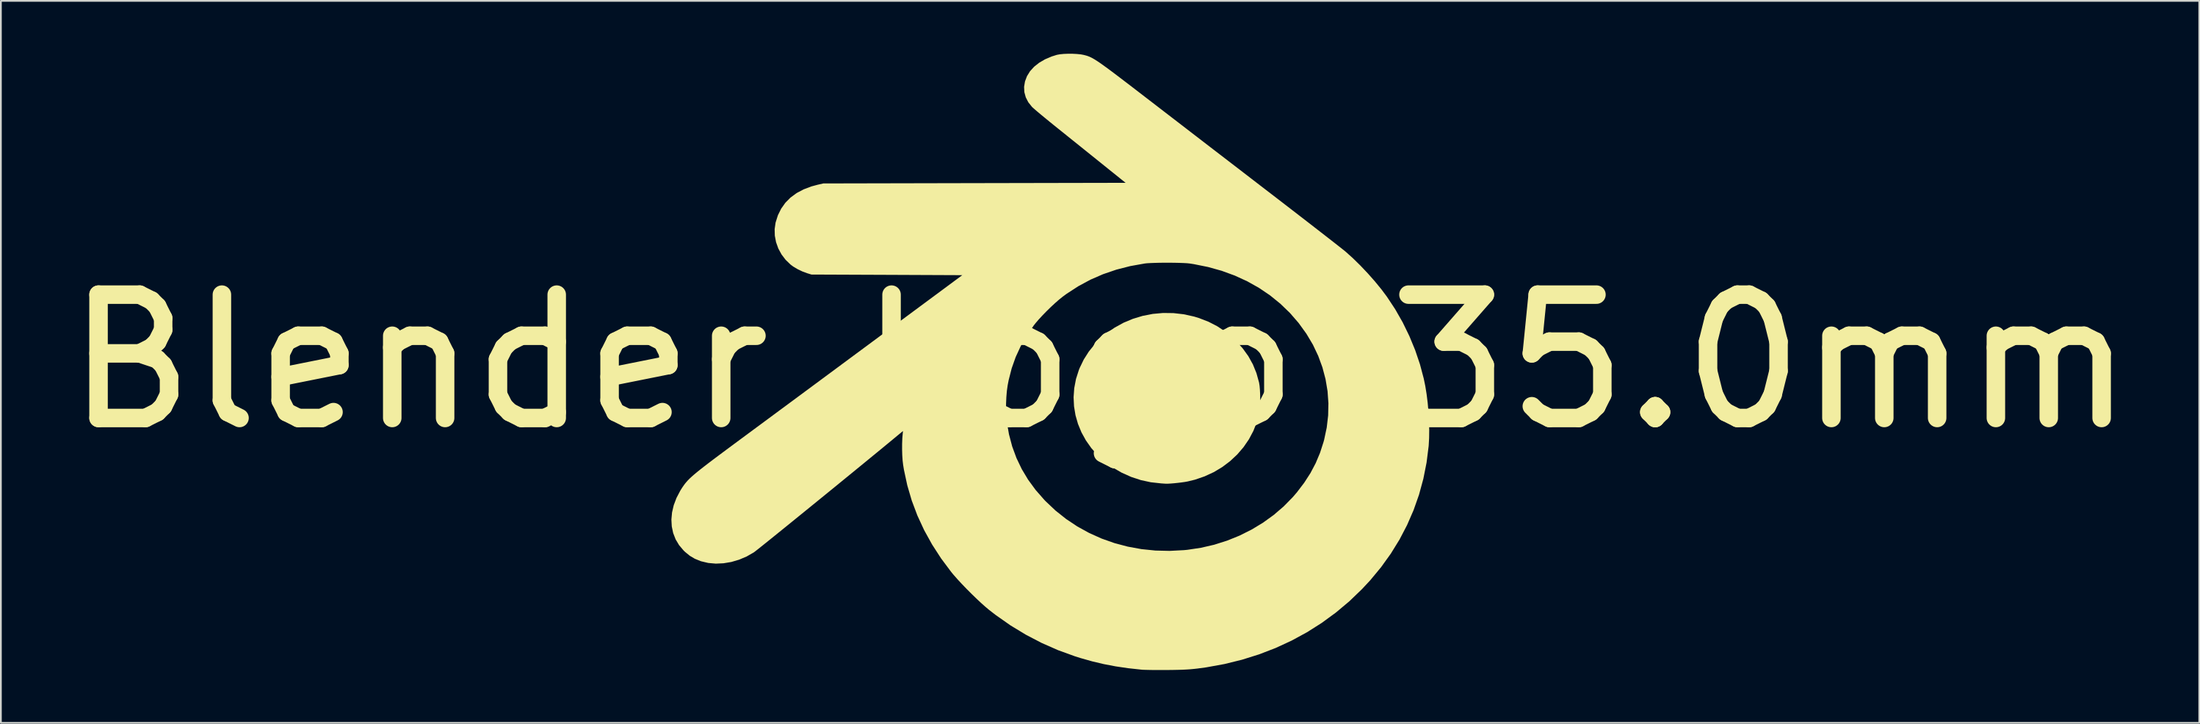
<source format=kicad_pcb>
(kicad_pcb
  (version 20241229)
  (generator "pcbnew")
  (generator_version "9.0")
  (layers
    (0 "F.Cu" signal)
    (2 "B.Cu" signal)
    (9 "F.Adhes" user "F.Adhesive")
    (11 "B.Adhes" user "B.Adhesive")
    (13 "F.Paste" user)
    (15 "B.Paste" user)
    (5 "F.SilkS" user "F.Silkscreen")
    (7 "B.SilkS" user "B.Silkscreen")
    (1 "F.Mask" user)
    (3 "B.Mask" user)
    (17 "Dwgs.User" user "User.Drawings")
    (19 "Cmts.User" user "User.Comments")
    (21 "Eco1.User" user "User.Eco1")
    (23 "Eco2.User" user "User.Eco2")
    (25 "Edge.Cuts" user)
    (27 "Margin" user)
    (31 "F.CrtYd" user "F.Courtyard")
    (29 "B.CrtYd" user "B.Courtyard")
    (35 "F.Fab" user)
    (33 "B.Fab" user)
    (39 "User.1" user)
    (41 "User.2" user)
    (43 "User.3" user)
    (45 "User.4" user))
  (footprint "Blender Logo 35.0mm"
    (layer "F.Cu")
    (at 59.375 17.486)
    (property "Reference" "Blender Logo 35.0mm" (at 0 0 180) (layer "F.SilkS") (effects (font (size 7 7) (thickness 1.05))))
    (attr board_only exclude_from_pos_files exclude_from_bom)
    (fp_poly (pts (xy 4.161 -2.768) (xy 4.75 -2.701) (xy 5.333 -2.572) (xy 5.612 -2.487) (xy 6.153 -2.277) (xy 6.65 -2.021) (xy 7.111 -1.714) (xy 7.546 -1.35) (xy 7.709 -1.193) (xy 8.092 -0.769) (xy 8.412 -0.325) (xy 8.672 0.144) (xy 8.874 0.641) (xy 9.021 1.171) (xy 9.022 1.176) (xy 9.05 1.35) (xy 9.07 1.574) (xy 9.082 1.828) (xy 9.087 2.096) (xy 9.083 2.358) (xy 9.071 2.598) (xy 9.051 2.798) (xy 9.039 2.872) (xy 8.9 3.405) (xy 8.701 3.913) (xy 8.446 4.394) (xy 8.138 4.843) (xy 7.78 5.258) (xy 7.377 5.634) (xy 6.932 5.969) (xy 6.449 6.258) (xy 5.931 6.497) (xy 5.383 6.685) (xy 4.969 6.786) (xy 4.812 6.814) (xy 4.62 6.841) (xy 4.41 6.866) (xy 4.199 6.888) (xy 4.004 6.904) (xy 3.842 6.913) (xy 3.728 6.913) (xy 3.727 6.913) (xy 3.643 6.908) (xy 3.528 6.9) (xy 3.476 6.897) (xy 2.878 6.831) (xy 2.312 6.709) (xy 1.765 6.529) (xy 1.226 6.287) (xy 1.208 6.278) (xy 0.711 5.99) (xy 0.259 5.659) (xy -0.145 5.291) (xy -0.5 4.889) (xy -0.804 4.457) (xy -1.056 4.001) (xy -1.253 3.523) (xy -1.395 3.029) (xy -1.478 2.523) (xy -1.503 2.008) (xy -1.466 1.49) (xy -1.367 0.971) (xy -1.203 0.457) (xy -1.161 0.352) (xy -0.927 -0.133) (xy -0.639 -0.586) (xy -0.292 -1.012) (xy -0.087 -1.226) (xy 0.348 -1.61) (xy 0.822 -1.941) (xy 1.328 -2.22) (xy 1.862 -2.443) (xy 2.417 -2.611) (xy 2.989 -2.722) (xy 3.573 -2.775)) (stroke (width 0) (type solid)) (fill yes) (layer "F.SilkS"))
    (fp_poly (pts (xy -1.56 -17.485) (xy -1.31 -17.472) (xy -1.086 -17.449) (xy -0.927 -17.419) (xy -0.841 -17.397) (xy -0.759 -17.374) (xy -0.678 -17.347) (xy -0.595 -17.314) (xy -0.505 -17.272) (xy -0.407 -17.22) (xy -0.296 -17.155) (xy -0.17 -17.075) (xy -0.024 -16.977) (xy 0.144 -16.859) (xy 0.339 -16.718) (xy 0.562 -16.554) (xy 0.818 -16.362) (xy 1.109 -16.141) (xy 1.44 -15.889) (xy 1.814 -15.603) (xy 2.233 -15.281) (xy 2.702 -14.92) (xy 2.781 -14.859) (xy 3.168 -14.562) (xy 3.602 -14.228) (xy 4.075 -13.864) (xy 4.583 -13.474) (xy 5.117 -13.062) (xy 5.673 -12.635) (xy 6.242 -12.197) (xy 6.819 -11.754) (xy 7.398 -11.309) (xy 7.971 -10.869) (xy 8.532 -10.437) (xy 9.074 -10.02) (xy 9.589 -9.625) (xy 10.052 -9.269) (xy 10.505 -8.92) (xy 10.944 -8.582) (xy 11.366 -8.256) (xy 11.769 -7.945) (xy 12.148 -7.651) (xy 12.5 -7.378) (xy 12.822 -7.128) (xy 13.111 -6.903) (xy 13.363 -6.706) (xy 13.575 -6.54) (xy 13.744 -6.407) (xy 13.866 -6.309) (xy 13.939 -6.25) (xy 13.939 -6.249) (xy 14.35 -5.88) (xy 14.772 -5.466) (xy 15.193 -5.022) (xy 15.597 -4.565) (xy 15.97 -4.109) (xy 16.279 -3.695) (xy 16.747 -2.987) (xy 17.173 -2.24) (xy 17.551 -1.464) (xy 17.879 -0.669) (xy 18.152 0.137) (xy 18.366 0.942) (xy 18.456 1.378) (xy 18.53 1.839) (xy 18.591 2.332) (xy 18.636 2.843) (xy 18.665 3.356) (xy 18.678 3.853) (xy 18.672 4.32) (xy 18.648 4.74) (xy 18.646 4.77) (xy 18.527 5.714) (xy 18.344 6.636) (xy 18.099 7.535) (xy 17.791 8.41) (xy 17.421 9.26) (xy 16.991 10.084) (xy 16.499 10.881) (xy 15.947 11.649) (xy 15.335 12.388) (xy 14.863 12.895) (xy 14.143 13.587) (xy 13.381 14.226) (xy 12.581 14.811) (xy 11.743 15.342) (xy 10.87 15.817) (xy 9.963 16.236) (xy 9.023 16.598) (xy 8.053 16.902) (xy 7.055 17.148) (xy 6.029 17.334) (xy 5.523 17.403) (xy 5.323 17.425) (xy 5.127 17.443) (xy 4.923 17.457) (xy 4.7 17.468) (xy 4.446 17.476) (xy 4.148 17.482) (xy 3.795 17.486) (xy 3.795 17.486) (xy 3.509 17.487) (xy 3.23 17.487) (xy 2.969 17.485) (xy 2.736 17.481) (xy 2.543 17.476) (xy 2.4 17.47) (xy 2.35 17.466) (xy 1.595 17.384) (xy 0.887 17.28) (xy 0.212 17.151) (xy -0.448 16.995) (xy -1.109 16.808) (xy -1.429 16.707) (xy -2.385 16.36) (xy -3.314 15.951) (xy -4.214 15.482) (xy -5.084 14.954) (xy -5.923 14.365) (xy -6.291 14.081) (xy -6.507 13.9) (xy -6.756 13.678) (xy -7.026 13.425) (xy -7.306 13.153) (xy -7.586 12.872) (xy -7.854 12.593) (xy -8.101 12.326) (xy -8.315 12.083) (xy -8.446 11.925) (xy -9.023 11.152) (xy -9.535 10.36) (xy -9.983 9.55) (xy -10.367 8.72) (xy -10.686 7.873) (xy -10.94 7.007) (xy -11.13 6.124) (xy -11.176 5.845) (xy -11.206 5.59) (xy -11.226 5.29) (xy -11.235 4.968) (xy -11.234 4.646) (xy -11.222 4.345) (xy -11.211 4.204) (xy -11.185 3.923) (xy -11.446 4.139) (xy -11.709 4.357) (xy -12.003 4.6) (xy -12.325 4.865) (xy -12.672 5.15) (xy -13.04 5.451) (xy -13.425 5.767) (xy -13.825 6.094) (xy -14.236 6.43) (xy -14.655 6.772) (xy -15.077 7.117) (xy -15.501 7.462) (xy -15.922 7.805) (xy -16.338 8.143) (xy -16.744 8.473) (xy -17.137 8.792) (xy -17.514 9.098) (xy -17.872 9.388) (xy -18.207 9.659) (xy -18.515 9.908) (xy -18.794 10.133) (xy -19.04 10.331) (xy -19.25 10.498) (xy -19.42 10.634) (xy -19.547 10.733) (xy -19.627 10.795) (xy -19.651 10.812) (xy -20.058 11.045) (xy -20.486 11.226) (xy -20.925 11.355) (xy -21.368 11.429) (xy -21.806 11.449) (xy -22.231 11.412) (xy -22.634 11.317) (xy -22.679 11.302) (xy -22.998 11.172) (xy -23.279 11.005) (xy -23.543 10.79) (xy -23.635 10.702) (xy -23.89 10.4) (xy -24.087 10.07) (xy -24.225 9.714) (xy -24.305 9.338) (xy -24.326 8.946) (xy -24.289 8.543) (xy -24.193 8.133) (xy -24.037 7.72) (xy -23.822 7.31) (xy -23.746 7.187) (xy -23.681 7.088) (xy -23.615 6.994) (xy -23.546 6.902) (xy -23.47 6.811) (xy -23.385 6.717) (xy -23.286 6.617) (xy -23.17 6.509) (xy -23.033 6.39) (xy -22.873 6.256) (xy -22.686 6.106) (xy -22.469 5.936) (xy -22.218 5.743) (xy -21.929 5.524) (xy -21.6 5.278) (xy -21.227 5) (xy -20.807 4.689) (xy -20.336 4.34) (xy -20.324 4.332) (xy -20.012 4.101) (xy -19.651 3.834) (xy -19.245 3.534) (xy -18.8 3.205) (xy -18.32 2.85) (xy -18.203 2.763) (xy -5.336 2.763) (xy -5.321 3.118) (xy -5.294 3.393) (xy -5.169 4.113) (xy -4.987 4.8) (xy -4.745 5.457) (xy -4.444 6.085) (xy -4.083 6.687) (xy -3.659 7.266) (xy -3.171 7.823) (xy -3.092 7.906) (xy -2.529 8.438) (xy -1.927 8.916) (xy -1.288 9.342) (xy -0.615 9.712) (xy 0.088 10.027) (xy 0.819 10.285) (xy 1.573 10.485) (xy 2.348 10.626) (xy 3.141 10.707) (xy 3.948 10.726) (xy 4.767 10.683) (xy 4.954 10.665) (xy 5.723 10.55) (xy 6.476 10.376) (xy 7.21 10.144) (xy 7.919 9.857) (xy 8.598 9.517) (xy 9.244 9.127) (xy 9.851 8.689) (xy 10.416 8.205) (xy 10.933 7.678) (xy 11.166 7.407) (xy 11.582 6.861) (xy 11.937 6.311) (xy 12.235 5.747) (xy 12.482 5.16) (xy 12.682 4.539) (xy 12.715 4.417) (xy 12.861 3.731) (xy 12.942 3.041) (xy 12.957 2.35) (xy 12.908 1.662) (xy 12.794 0.981) (xy 12.617 0.312) (xy 12.378 -0.341) (xy 12.077 -0.976) (xy 11.714 -1.586) (xy 11.708 -1.596) (xy 11.265 -2.209) (xy 10.772 -2.777) (xy 10.232 -3.298) (xy 9.648 -3.772) (xy 9.021 -4.197) (xy 8.353 -4.572) (xy 7.647 -4.896) (xy 6.903 -5.168) (xy 6.125 -5.385) (xy 5.314 -5.548) (xy 5.088 -5.583) (xy 4.944 -5.598) (xy 4.746 -5.609) (xy 4.505 -5.618) (xy 4.234 -5.624) (xy 3.945 -5.627) (xy 3.65 -5.627) (xy 3.362 -5.624) (xy 3.093 -5.617) (xy 2.856 -5.608) (xy 2.662 -5.597) (xy 2.535 -5.583) (xy 1.708 -5.435) (xy 0.921 -5.233) (xy 0.169 -4.976) (xy -0.548 -4.664) (xy -1.235 -4.294) (xy -1.893 -3.867) (xy -2.117 -3.703) (xy -2.321 -3.539) (xy -2.551 -3.338) (xy -2.795 -3.112) (xy -3.041 -2.871) (xy -3.277 -2.629) (xy -3.491 -2.396) (xy -3.67 -2.186) (xy -3.754 -2.08) (xy -4.162 -1.488) (xy -4.506 -0.888) (xy -4.79 -0.272) (xy -5.016 0.366) (xy -5.187 1.034) (xy -5.244 1.327) (xy -5.289 1.645) (xy -5.319 2.005) (xy -5.335 2.385) (xy -5.336 2.763) (xy -18.203 2.763) (xy -17.811 2.474) (xy -17.277 2.079) (xy -16.723 1.669) (xy -16.154 1.248) (xy -15.574 0.819) (xy -14.989 0.386) (xy -14.403 -0.048) (xy -13.822 -0.478) (xy -13.25 -0.901) (xy -12.787 -1.244) (xy -7.82 -4.921) (xy -12.098 -4.939) (xy -16.377 -4.956) (xy -16.628 -5.033) (xy -16.895 -5.132) (xy -17.164 -5.261) (xy -17.411 -5.408) (xy -17.565 -5.522) (xy -17.846 -5.793) (xy -18.078 -6.1) (xy -18.26 -6.436) (xy -18.387 -6.792) (xy -18.457 -7.16) (xy -18.467 -7.532) (xy -18.415 -7.899) (xy -18.413 -7.907) (xy -18.282 -8.321) (xy -18.096 -8.696) (xy -17.858 -9.031) (xy -17.566 -9.325) (xy -17.223 -9.578) (xy -16.827 -9.788) (xy -16.381 -9.957) (xy -16.035 -10.05) (xy -15.705 -10.126) (xy -7.129 -10.144) (xy 1.448 -10.161) (xy 0.215 -11.152) (xy -0.084 -11.393) (xy -0.423 -11.665) (xy -0.787 -11.958) (xy -1.163 -12.26) (xy -1.539 -12.561) (xy -1.899 -12.851) (xy -2.232 -13.118) (xy -2.348 -13.211) (xy -2.615 -13.426) (xy -2.872 -13.634) (xy -3.112 -13.831) (xy -3.331 -14.011) (xy -3.521 -14.17) (xy -3.677 -14.303) (xy -3.793 -14.405) (xy -3.864 -14.47) (xy -3.869 -14.476) (xy -4.074 -14.734) (xy -4.217 -15.013) (xy -4.297 -15.306) (xy -4.312 -15.609) (xy -4.261 -15.915) (xy -4.149 -16.212) (xy -3.976 -16.493) (xy -3.744 -16.748) (xy -3.457 -16.976) (xy -3.12 -17.172) (xy -2.738 -17.334) (xy -2.453 -17.423) (xy -2.283 -17.455) (xy -2.065 -17.476) (xy -1.818 -17.486)) (stroke (width 0) (type solid)) (fill yes) (layer "F.SilkS")))
  (gr_rect
    (start -3 -3)
    (end 121.75 37.973)
    (stroke (width 0.1) (type default))
    (fill no)
    (layer "Edge.Cuts")))
</source>
